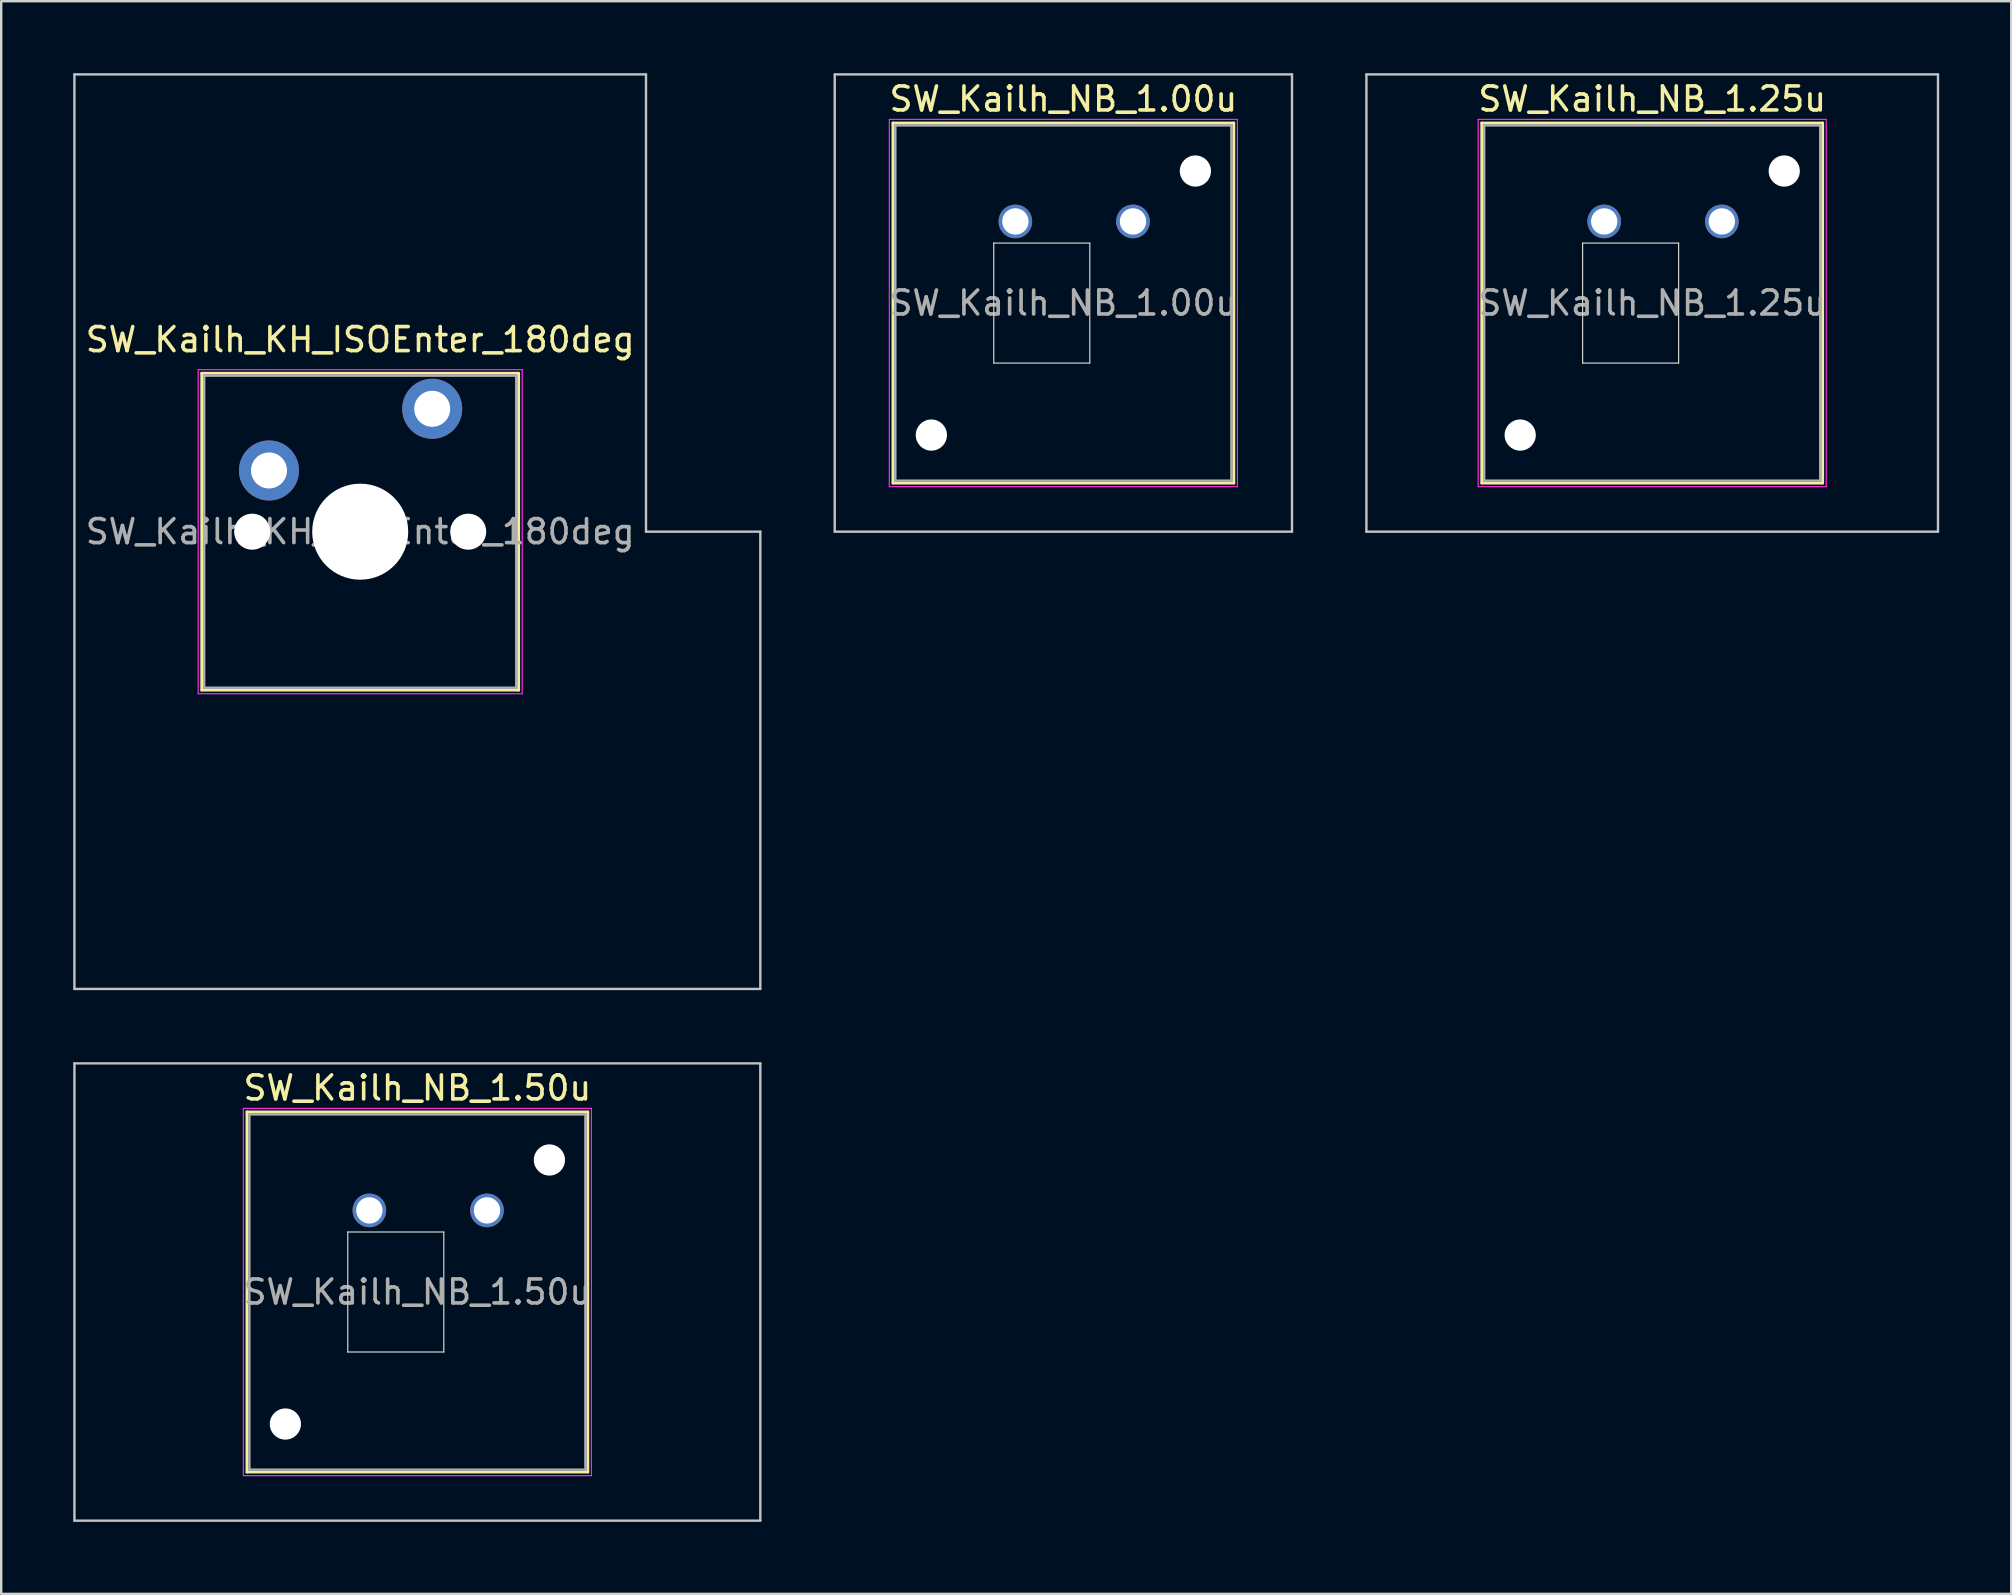
<source format=kicad_pcb>
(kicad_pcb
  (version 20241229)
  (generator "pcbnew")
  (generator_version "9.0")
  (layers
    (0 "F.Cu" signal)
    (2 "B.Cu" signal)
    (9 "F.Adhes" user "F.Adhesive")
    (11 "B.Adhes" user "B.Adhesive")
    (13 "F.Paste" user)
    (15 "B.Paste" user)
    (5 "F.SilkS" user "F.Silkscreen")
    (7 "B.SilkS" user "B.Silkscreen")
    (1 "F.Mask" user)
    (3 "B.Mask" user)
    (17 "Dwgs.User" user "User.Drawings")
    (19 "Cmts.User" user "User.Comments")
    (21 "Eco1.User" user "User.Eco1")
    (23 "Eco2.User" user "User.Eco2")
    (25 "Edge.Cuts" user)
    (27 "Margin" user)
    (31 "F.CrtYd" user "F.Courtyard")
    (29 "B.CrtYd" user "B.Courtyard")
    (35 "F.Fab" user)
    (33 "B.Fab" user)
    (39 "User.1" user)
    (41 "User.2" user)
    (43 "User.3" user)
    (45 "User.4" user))
  (footprint "SW_Kailh_KH_ISOEnter_180deg"
    (layer "F.Cu")
    (at 11.956 19.1)
    (property "Reference" "SW_Kailh_KH_ISOEnter_180deg" (at 0 -8 0) (layer "F.SilkS") (effects (font (size 1 1) (thickness 0.15))))
    (attr through_hole)
    (fp_line (start -6.6 -6.6) (end -6.6 6.6) (stroke (width 0.12) (type solid)) (layer "F.SilkS"))
    (fp_line (start -6.6 6.6) (end 6.6 6.6) (stroke (width 0.12) (type solid)) (layer "F.SilkS"))
    (fp_line (start 6.6 -6.6) (end -6.6 -6.6) (stroke (width 0.12) (type solid)) (layer "F.SilkS"))
    (fp_line (start 6.6 6.6) (end 6.6 -6.6) (stroke (width 0.12) (type solid)) (layer "F.SilkS"))
    (fp_line (start -11.906 -19.05) (end -11.906 19.05) (stroke (width 0.1) (type solid)) (layer "Dwgs.User"))
    (fp_line (start -11.906 19.05) (end 16.669 19.05) (stroke (width 0.1) (type solid)) (layer "Dwgs.User"))
    (fp_line (start 11.906 -19.05) (end -11.906 -19.05) (stroke (width 0.1) (type solid)) (layer "Dwgs.User"))
    (fp_line (start 11.906 0) (end 11.906 -19.05) (stroke (width 0.1) (type solid)) (layer "Dwgs.User"))
    (fp_line (start 16.669 0) (end 11.906 0) (stroke (width 0.1) (type solid)) (layer "Dwgs.User"))
    (fp_line (start 16.669 19.05) (end 16.669 0) (stroke (width 0.1) (type solid)) (layer "Dwgs.User"))
    (fp_line (start -6.1 -6.1) (end -6.1 6.1) (stroke (width 0.1) (type solid)) (layer "Eco1.User"))
    (fp_line (start -6.1 6.1) (end 6.1 6.1) (stroke (width 0.1) (type solid)) (layer "Eco1.User"))
    (fp_line (start 6.1 -6.1) (end -6.1 -6.1) (stroke (width 0.1) (type solid)) (layer "Eco1.User"))
    (fp_line (start 6.1 6.1) (end 6.1 -6.1) (stroke (width 0.1) (type solid)) (layer "Eco1.User"))
    (fp_line (start -6.75 -6.75) (end -6.75 6.75) (stroke (width 0.05) (type solid)) (layer "F.CrtYd"))
    (fp_line (start -6.75 6.75) (end 6.75 6.75) (stroke (width 0.05) (type solid)) (layer "F.CrtYd"))
    (fp_line (start 6.75 -6.75) (end -6.75 -6.75) (stroke (width 0.05) (type solid)) (layer "F.CrtYd"))
    (fp_line (start 6.75 6.75) (end 6.75 -6.75) (stroke (width 0.05) (type solid)) (layer "F.CrtYd"))
    (fp_line (start -6.5 -6.5) (end -6.5 6.5) (stroke (width 0.1) (type solid)) (layer "F.Fab"))
    (fp_line (start -6.5 6.5) (end 6.5 6.5) (stroke (width 0.1) (type solid)) (layer "F.Fab"))
    (fp_line (start 6.5 -6.5) (end -6.5 -6.5) (stroke (width 0.1) (type solid)) (layer "F.Fab"))
    (fp_line (start 6.5 6.5) (end 6.5 -6.5) (stroke (width 0.1) (type solid)) (layer "F.Fab"))
    (fp_text user "${REFERENCE}" (at 0 0 0) (layer "F.Fab") (effects (font (size 1 1) (thickness 0.15))))
    (pad "" np_thru_hole circle (at -4.5 0) (size 1.5 1.5) (drill 1.5) (layers "*.Cu" "*.Mask"))
    (pad "" smd circle (at -3.8 -2.55) (size 1.55 1.55) (layers "F.Mask"))
    (pad "" np_thru_hole circle (at 0 0) (size 4 4) (drill 4) (layers "*.Cu" "*.Mask"))
    (pad "" smd circle (at 3 -5.12) (size 1.55 1.55) (layers "F.Mask"))
    (pad "" np_thru_hole circle (at 4.5 0) (size 1.5 1.5) (drill 1.5) (layers "*.Cu" "*.Mask"))
    (pad "1" thru_hole circle (at -3.8 -2.55) (size 2.5 2.5) (drill 1.5) (layers "*.Cu" "B.Mask"))
    (pad "2" thru_hole circle (at 3 -5.12) (size 2.5 2.5) (drill 1.5) (layers "*.Cu" "B.Mask")))
  (footprint "SW_Kailh_NB_1.25u"
    (layer "F.Cu")
    (at 65.781 9.575)
    (property "Reference" "SW_Kailh_NB_1.25u" (at 0 -8.5 0) (layer "F.SilkS") (effects (font (size 1 1) (thickness 0.15))))
    (attr through_hole)
    (fp_line (start -7.1 -7.5) (end -7.1 7.5) (stroke (width 0.12) (type solid)) (layer "F.SilkS"))
    (fp_line (start -7.1 7.5) (end 7.1 7.5) (stroke (width 0.12) (type solid)) (layer "F.SilkS"))
    (fp_line (start 7.1 -7.5) (end -7.1 -7.5) (stroke (width 0.12) (type solid)) (layer "F.SilkS"))
    (fp_line (start 7.1 7.5) (end 7.1 -7.5) (stroke (width 0.12) (type solid)) (layer "F.SilkS"))
    (fp_line (start -11.906 -9.525) (end -11.906 9.525) (stroke (width 0.1) (type solid)) (layer "Dwgs.User"))
    (fp_line (start -11.906 9.525) (end 11.906 9.525) (stroke (width 0.1) (type solid)) (layer "Dwgs.User"))
    (fp_line (start 11.906 -9.525) (end -11.906 -9.525) (stroke (width 0.1) (type solid)) (layer "Dwgs.User"))
    (fp_line (start 11.906 9.525) (end 11.906 -9.525) (stroke (width 0.1) (type solid)) (layer "Dwgs.User"))
    (fp_line (start -2.9 -2.5) (end 1.1 -2.5) (stroke (width 0.05) (type solid)) (layer "Edge.Cuts"))
    (fp_line (start -2.9 2.5) (end -2.9 -2.5) (stroke (width 0.05) (type solid)) (layer "Edge.Cuts"))
    (fp_line (start 1.1 -2.5) (end 1.1 2.5) (stroke (width 0.05) (type solid)) (layer "Edge.Cuts"))
    (fp_line (start 1.1 2.5) (end -2.9 2.5) (stroke (width 0.05) (type solid)) (layer "Edge.Cuts"))
    (fp_line (start -7.25 -7.65) (end -7.25 7.65) (stroke (width 0.05) (type solid)) (layer "F.CrtYd"))
    (fp_line (start -7.25 7.65) (end 7.25 7.65) (stroke (width 0.05) (type solid)) (layer "F.CrtYd"))
    (fp_line (start 7.25 -7.65) (end -7.25 -7.65) (stroke (width 0.05) (type solid)) (layer "F.CrtYd"))
    (fp_line (start 7.25 7.65) (end 7.25 -7.65) (stroke (width 0.05) (type solid)) (layer "F.CrtYd"))
    (fp_line (start -7 -7.4) (end -7 7.4) (stroke (width 0.1) (type solid)) (layer "F.Fab"))
    (fp_line (start -7 7.4) (end 7 7.4) (stroke (width 0.1) (type solid)) (layer "F.Fab"))
    (fp_line (start 7 -7.4) (end -7 -7.4) (stroke (width 0.1) (type solid)) (layer "F.Fab"))
    (fp_line (start 7 7.4) (end 7 -7.4) (stroke (width 0.1) (type solid)) (layer "F.Fab"))
    (fp_text user "${REFERENCE}" (at 0 0 0) (layer "F.Fab") (effects (font (size 1 1) (thickness 0.15))))
    (pad "" np_thru_hole circle (at -5.5 5.5) (size 1.3 1.3) (drill 1.3) (layers "*.Cu" "*.Mask"))
    (pad "" smd circle (at -2 -3.4) (size 1.15 1.15) (layers "F.Mask"))
    (pad "" smd circle (at 2.9 -3.4) (size 1.15 1.15) (layers "F.Mask"))
    (pad "" np_thru_hole circle (at 5.5 -5.5) (size 1.3 1.3) (drill 1.3) (layers "*.Cu" "*.Mask"))
    (pad "1" thru_hole circle (at -2 -3.4) (size 1.4 1.4) (drill 1.1) (layers "*.Cu" "B.Mask"))
    (pad "2" thru_hole circle (at 2.9 -3.4) (size 1.4 1.4) (drill 1.1) (layers "*.Cu" "B.Mask")))
  (footprint "SW_Kailh_NB_1.00u"
    (layer "F.Cu")
    (at 41.25 9.575)
    (property "Reference" "SW_Kailh_NB_1.00u" (at 0 -8.5 0) (layer "F.SilkS") (effects (font (size 1 1) (thickness 0.15))))
    (attr through_hole)
    (fp_line (start -7.1 -7.5) (end -7.1 7.5) (stroke (width 0.12) (type solid)) (layer "F.SilkS"))
    (fp_line (start -7.1 7.5) (end 7.1 7.5) (stroke (width 0.12) (type solid)) (layer "F.SilkS"))
    (fp_line (start 7.1 -7.5) (end -7.1 -7.5) (stroke (width 0.12) (type solid)) (layer "F.SilkS"))
    (fp_line (start 7.1 7.5) (end 7.1 -7.5) (stroke (width 0.12) (type solid)) (layer "F.SilkS"))
    (fp_line (start -9.525 -9.525) (end -9.525 9.525) (stroke (width 0.1) (type solid)) (layer "Dwgs.User"))
    (fp_line (start -9.525 9.525) (end 9.525 9.525) (stroke (width 0.1) (type solid)) (layer "Dwgs.User"))
    (fp_line (start 9.525 -9.525) (end -9.525 -9.525) (stroke (width 0.1) (type solid)) (layer "Dwgs.User"))
    (fp_line (start 9.525 9.525) (end 9.525 -9.525) (stroke (width 0.1) (type solid)) (layer "Dwgs.User"))
    (fp_line (start -2.9 -2.5) (end 1.1 -2.5) (stroke (width 0.05) (type solid)) (layer "Edge.Cuts"))
    (fp_line (start -2.9 2.5) (end -2.9 -2.5) (stroke (width 0.05) (type solid)) (layer "Edge.Cuts"))
    (fp_line (start 1.1 -2.5) (end 1.1 2.5) (stroke (width 0.05) (type solid)) (layer "Edge.Cuts"))
    (fp_line (start 1.1 2.5) (end -2.9 2.5) (stroke (width 0.05) (type solid)) (layer "Edge.Cuts"))
    (fp_line (start -7.25 -7.65) (end -7.25 7.65) (stroke (width 0.05) (type solid)) (layer "F.CrtYd"))
    (fp_line (start -7.25 7.65) (end 7.25 7.65) (stroke (width 0.05) (type solid)) (layer "F.CrtYd"))
    (fp_line (start 7.25 -7.65) (end -7.25 -7.65) (stroke (width 0.05) (type solid)) (layer "F.CrtYd"))
    (fp_line (start 7.25 7.65) (end 7.25 -7.65) (stroke (width 0.05) (type solid)) (layer "F.CrtYd"))
    (fp_line (start -7 -7.4) (end -7 7.4) (stroke (width 0.1) (type solid)) (layer "F.Fab"))
    (fp_line (start -7 7.4) (end 7 7.4) (stroke (width 0.1) (type solid)) (layer "F.Fab"))
    (fp_line (start 7 -7.4) (end -7 -7.4) (stroke (width 0.1) (type solid)) (layer "F.Fab"))
    (fp_line (start 7 7.4) (end 7 -7.4) (stroke (width 0.1) (type solid)) (layer "F.Fab"))
    (fp_text user "${REFERENCE}" (at 0 0 0) (layer "F.Fab") (effects (font (size 1 1) (thickness 0.15))))
    (pad "" np_thru_hole circle (at -5.5 5.5) (size 1.3 1.3) (drill 1.3) (layers "*.Cu" "*.Mask"))
    (pad "" smd circle (at -2 -3.4) (size 1.15 1.15) (layers "F.Mask"))
    (pad "" smd circle (at 2.9 -3.4) (size 1.15 1.15) (layers "F.Mask"))
    (pad "" np_thru_hole circle (at 5.5 -5.5) (size 1.3 1.3) (drill 1.3) (layers "*.Cu" "*.Mask"))
    (pad "1" thru_hole circle (at -2 -3.4) (size 1.4 1.4) (drill 1.1) (layers "*.Cu" "B.Mask"))
    (pad "2" thru_hole circle (at 2.9 -3.4) (size 1.4 1.4) (drill 1.1) (layers "*.Cu" "B.Mask")))
  (footprint "SW_Kailh_NB_1.50u"
    (layer "F.Cu")
    (at 14.338 50.775)
    (property "Reference" "SW_Kailh_NB_1.50u" (at 0 -8.5 0) (layer "F.SilkS") (effects (font (size 1 1) (thickness 0.15))))
    (attr through_hole)
    (fp_line (start -7.1 -7.5) (end -7.1 7.5) (stroke (width 0.12) (type solid)) (layer "F.SilkS"))
    (fp_line (start -7.1 7.5) (end 7.1 7.5) (stroke (width 0.12) (type solid)) (layer "F.SilkS"))
    (fp_line (start 7.1 -7.5) (end -7.1 -7.5) (stroke (width 0.12) (type solid)) (layer "F.SilkS"))
    (fp_line (start 7.1 7.5) (end 7.1 -7.5) (stroke (width 0.12) (type solid)) (layer "F.SilkS"))
    (fp_line (start -14.287 -9.525) (end -14.287 9.525) (stroke (width 0.1) (type solid)) (layer "Dwgs.User"))
    (fp_line (start -14.287 9.525) (end 14.287 9.525) (stroke (width 0.1) (type solid)) (layer "Dwgs.User"))
    (fp_line (start 14.287 -9.525) (end -14.287 -9.525) (stroke (width 0.1) (type solid)) (layer "Dwgs.User"))
    (fp_line (start 14.287 9.525) (end 14.287 -9.525) (stroke (width 0.1) (type solid)) (layer "Dwgs.User"))
    (fp_line (start -2.9 -2.5) (end 1.1 -2.5) (stroke (width 0.05) (type solid)) (layer "Edge.Cuts"))
    (fp_line (start -2.9 2.5) (end -2.9 -2.5) (stroke (width 0.05) (type solid)) (layer "Edge.Cuts"))
    (fp_line (start 1.1 -2.5) (end 1.1 2.5) (stroke (width 0.05) (type solid)) (layer "Edge.Cuts"))
    (fp_line (start 1.1 2.5) (end -2.9 2.5) (stroke (width 0.05) (type solid)) (layer "Edge.Cuts"))
    (fp_line (start -7.25 -7.65) (end -7.25 7.65) (stroke (width 0.05) (type solid)) (layer "F.CrtYd"))
    (fp_line (start -7.25 7.65) (end 7.25 7.65) (stroke (width 0.05) (type solid)) (layer "F.CrtYd"))
    (fp_line (start 7.25 -7.65) (end -7.25 -7.65) (stroke (width 0.05) (type solid)) (layer "F.CrtYd"))
    (fp_line (start 7.25 7.65) (end 7.25 -7.65) (stroke (width 0.05) (type solid)) (layer "F.CrtYd"))
    (fp_line (start -7 -7.4) (end -7 7.4) (stroke (width 0.1) (type solid)) (layer "F.Fab"))
    (fp_line (start -7 7.4) (end 7 7.4) (stroke (width 0.1) (type solid)) (layer "F.Fab"))
    (fp_line (start 7 -7.4) (end -7 -7.4) (stroke (width 0.1) (type solid)) (layer "F.Fab"))
    (fp_line (start 7 7.4) (end 7 -7.4) (stroke (width 0.1) (type solid)) (layer "F.Fab"))
    (fp_text user "${REFERENCE}" (at 0 0 0) (layer "F.Fab") (effects (font (size 1 1) (thickness 0.15))))
    (pad "" np_thru_hole circle (at -5.5 5.5) (size 1.3 1.3) (drill 1.3) (layers "*.Cu" "*.Mask"))
    (pad "" smd circle (at -2 -3.4) (size 1.15 1.15) (layers "F.Mask"))
    (pad "" smd circle (at 2.9 -3.4) (size 1.15 1.15) (layers "F.Mask"))
    (pad "" np_thru_hole circle (at 5.5 -5.5) (size 1.3 1.3) (drill 1.3) (layers "*.Cu" "*.Mask"))
    (pad "1" thru_hole circle (at -2 -3.4) (size 1.4 1.4) (drill 1.1) (layers "*.Cu" "B.Mask"))
    (pad "2" thru_hole circle (at 2.9 -3.4) (size 1.4 1.4) (drill 1.1) (layers "*.Cu" "B.Mask")))
  (gr_rect
    (start -3 -3)
    (end 80.737 63.35)
    (stroke (width 0.1) (type default))
    (fill no)
    (layer "Edge.Cuts")))
</source>
